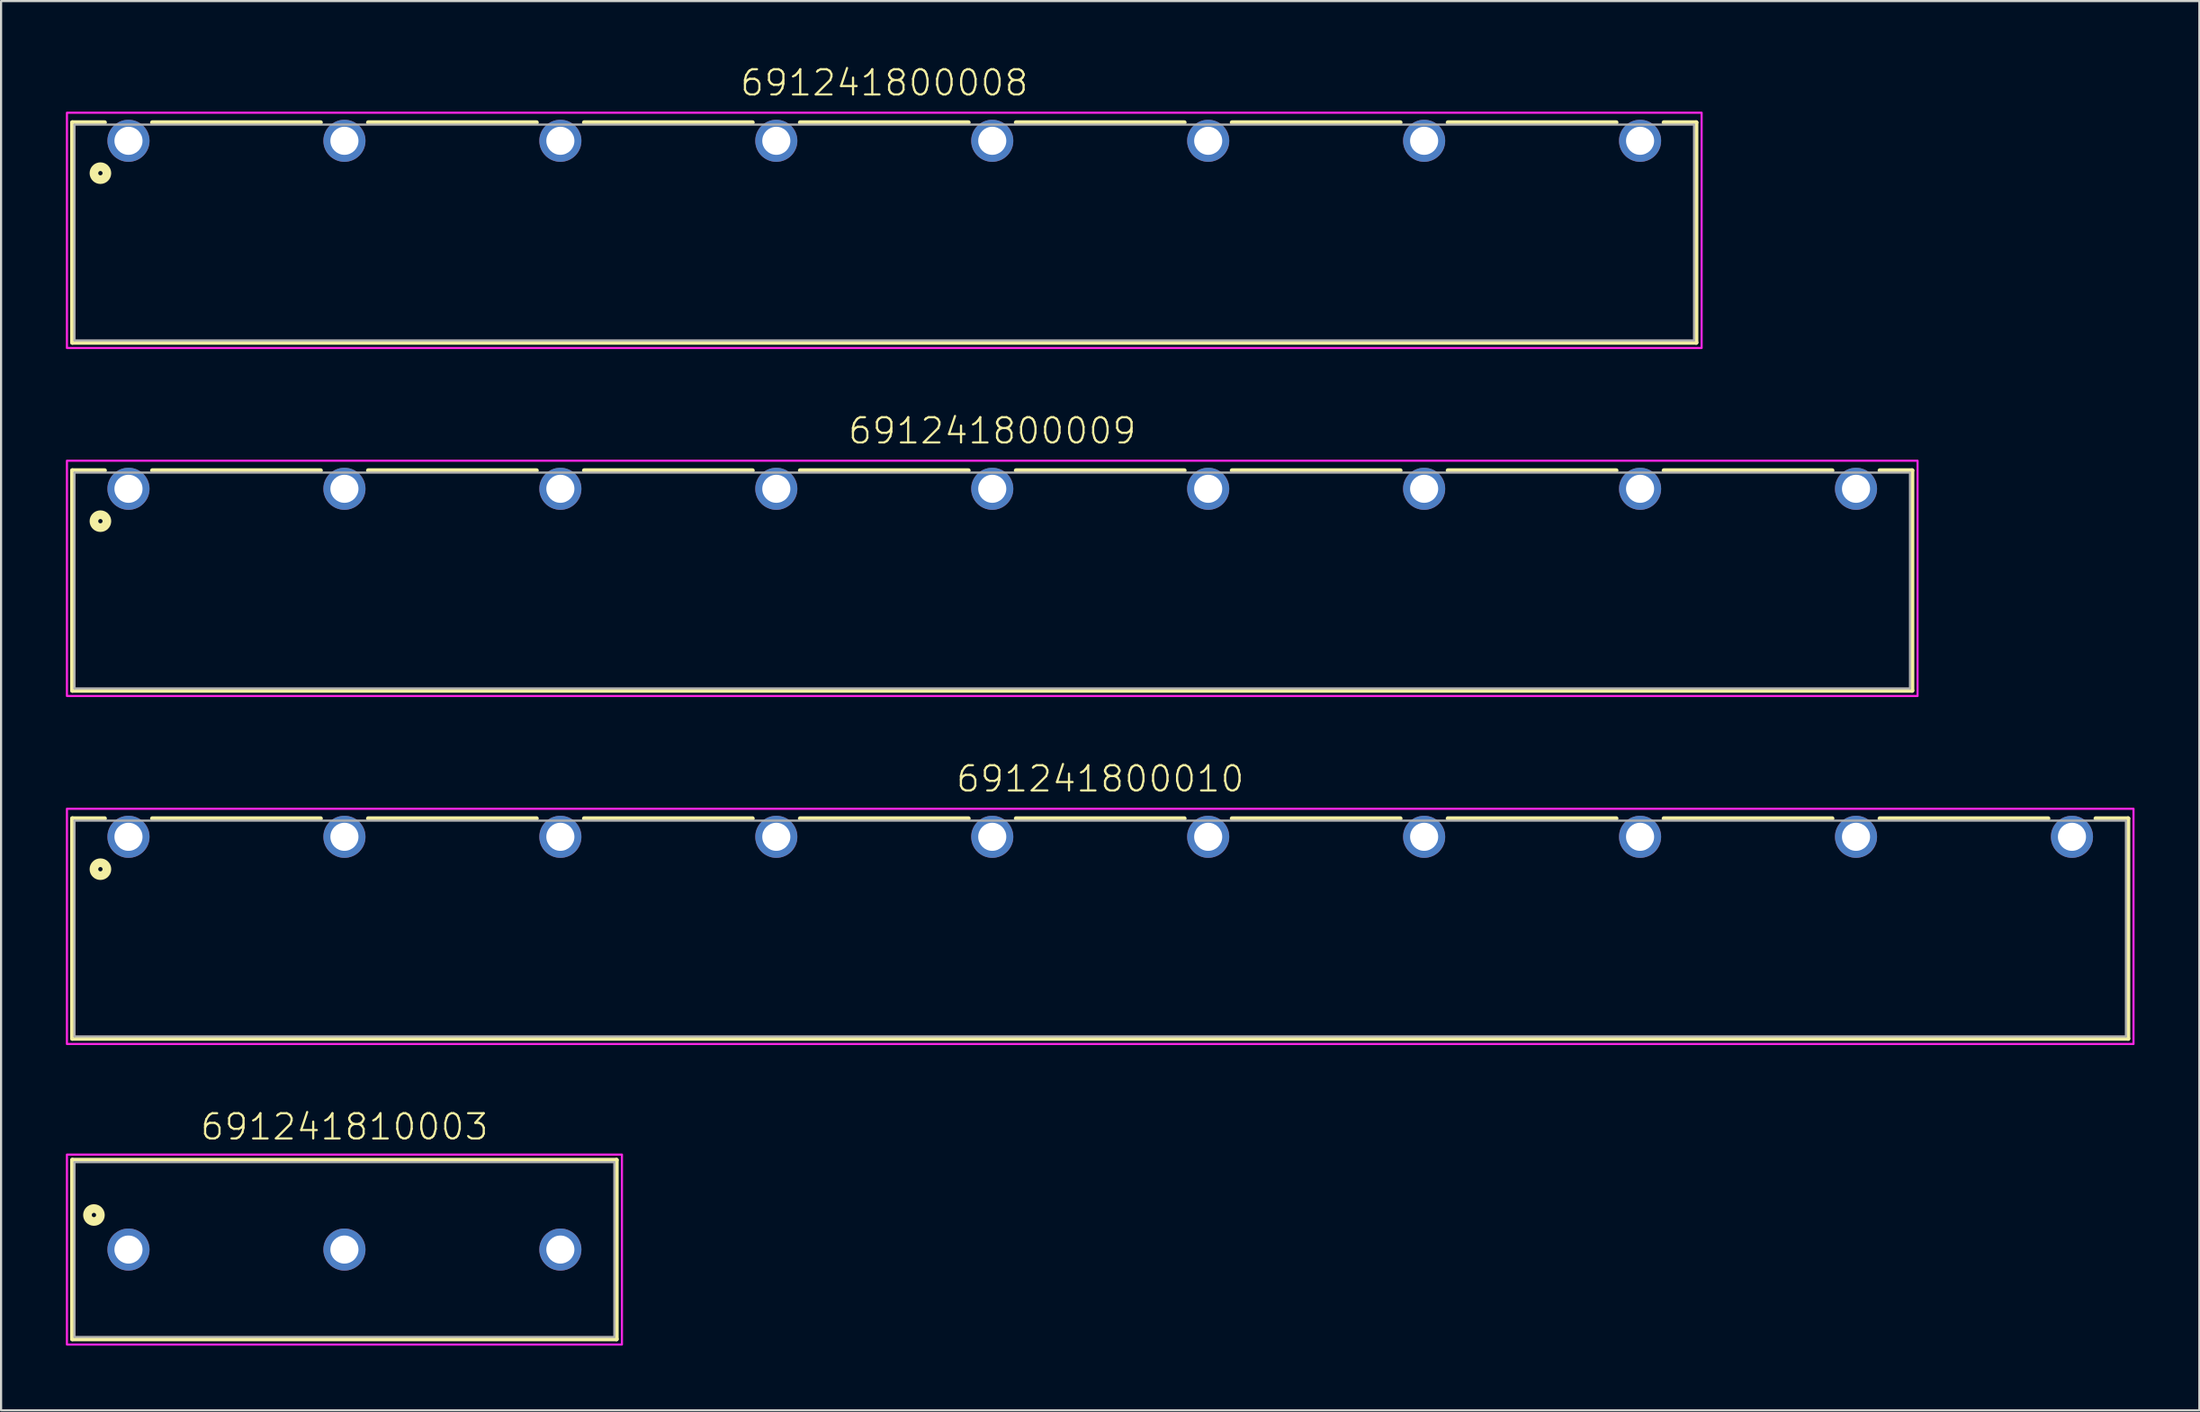
<source format=kicad_pcb>
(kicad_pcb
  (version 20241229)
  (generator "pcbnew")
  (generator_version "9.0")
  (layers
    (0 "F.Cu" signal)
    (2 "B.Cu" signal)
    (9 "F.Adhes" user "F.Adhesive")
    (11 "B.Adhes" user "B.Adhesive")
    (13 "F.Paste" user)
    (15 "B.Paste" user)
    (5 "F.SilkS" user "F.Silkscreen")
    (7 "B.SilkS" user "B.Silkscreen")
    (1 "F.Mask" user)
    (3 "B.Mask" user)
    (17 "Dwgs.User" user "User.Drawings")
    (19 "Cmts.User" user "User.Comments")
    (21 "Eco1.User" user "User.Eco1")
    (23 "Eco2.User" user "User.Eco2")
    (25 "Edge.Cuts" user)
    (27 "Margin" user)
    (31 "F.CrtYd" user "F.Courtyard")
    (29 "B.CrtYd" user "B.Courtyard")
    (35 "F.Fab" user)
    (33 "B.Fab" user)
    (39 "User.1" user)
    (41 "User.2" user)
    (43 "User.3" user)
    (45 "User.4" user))
  (footprint "691241810003"
    (layer "F.Cu")
    (at 12.9 54.843)
    (property "Reference" "691241810003" (at 0 -5 0) (unlocked yes) (layer "F.SilkS") (effects (font (size 1.168 1.168) (thickness 0.102)) (justify bottom)))
    (fp_line (start -12.6 -4.15) (end 12.6 -4.15) (stroke (width 0.2) (type solid)) (layer "F.SilkS"))
    (fp_line (start -12.6 4.15) (end -12.6 -4.15) (stroke (width 0.2) (type solid)) (layer "F.SilkS"))
    (fp_line (start 12.6 -4.15) (end 12.6 4.15) (stroke (width 0.2) (type solid)) (layer "F.SilkS"))
    (fp_line (start 12.6 4.15) (end -12.6 4.15) (stroke (width 0.2) (type solid)) (layer "F.SilkS"))
    (fp_circle (center -11.6 -1.6) (end -11.5 -1.6) (stroke (width 0.4) (type solid)) (fill no) (layer "F.SilkS"))
    (fp_poly (pts (xy 12.85 4.4) (xy -12.85 4.4) (xy -12.85 -4.4) (xy 12.85 -4.4)) (stroke (width 0.1) (type default)) (fill no) (layer "F.CrtYd"))
    (fp_line (start -12.5 -4.05) (end 12.5 -4.05) (stroke (width 0.1) (type solid)) (layer "F.Fab"))
    (fp_line (start -12.5 4.05) (end -12.5 -4.05) (stroke (width 0.1) (type solid)) (layer "F.Fab"))
    (fp_line (start 12.5 -4.05) (end 12.5 4.05) (stroke (width 0.1) (type solid)) (layer "F.Fab"))
    (fp_line (start 12.5 4.05) (end -12.5 4.05) (stroke (width 0.1) (type solid)) (layer "F.Fab"))
    (pad "1" thru_hole circle (at -10 0) (size 1.95 1.95) (drill 1.3) (layers "*.Cu" "*.Mask"))
    (pad "2" thru_hole circle (at 0 0) (size 1.95 1.95) (drill 1.3) (layers "*.Cu" "*.Mask"))
    (pad "3" thru_hole circle (at 10 0) (size 1.95 1.95) (drill 1.3) (layers "*.Cu" "*.Mask")))
  (footprint "691241800009"
    (layer "F.Cu")
    (at 42.9 19.596)
    (property "Reference" "691241800009" (at 0 -2 0) (unlocked yes) (layer "F.SilkS") (effects (font (size 1.168 1.168) (thickness 0.102)) (justify bottom)))
    (fp_line (start -42.6 -0.85) (end -41.1 -0.85) (stroke (width 0.2) (type solid)) (layer "F.SilkS"))
    (fp_line (start -42.6 9.35) (end -42.6 -0.85) (stroke (width 0.2) (type solid)) (layer "F.SilkS"))
    (fp_line (start -38.9 -0.85) (end -31.1 -0.85) (stroke (width 0.2) (type solid)) (layer "F.SilkS"))
    (fp_line (start -28.9 -0.85) (end -21.1 -0.85) (stroke (width 0.2) (type solid)) (layer "F.SilkS"))
    (fp_line (start -18.9 -0.85) (end -11.1 -0.85) (stroke (width 0.2) (type solid)) (layer "F.SilkS"))
    (fp_line (start -8.9 -0.85) (end -1.1 -0.85) (stroke (width 0.2) (type solid)) (layer "F.SilkS"))
    (fp_line (start 1.1 -0.85) (end 8.9 -0.85) (stroke (width 0.2) (type solid)) (layer "F.SilkS"))
    (fp_line (start 11.1 -0.85) (end 18.9 -0.85) (stroke (width 0.2) (type solid)) (layer "F.SilkS"))
    (fp_line (start 21.1 -0.85) (end 28.9 -0.85) (stroke (width 0.2) (type solid)) (layer "F.SilkS"))
    (fp_line (start 31.1 -0.85) (end 38.9 -0.85) (stroke (width 0.2) (type solid)) (layer "F.SilkS"))
    (fp_line (start 41.1 -0.85) (end 42.6 -0.85) (stroke (width 0.2) (type solid)) (layer "F.SilkS"))
    (fp_line (start 42.6 -0.85) (end 42.6 9.35) (stroke (width 0.2) (type solid)) (layer "F.SilkS"))
    (fp_line (start 42.6 9.35) (end -42.6 9.35) (stroke (width 0.2) (type solid)) (layer "F.SilkS"))
    (fp_circle (center -41.3 1.5) (end -41.2 1.5) (stroke (width 0.4) (type solid)) (fill no) (layer "F.SilkS"))
    (fp_poly (pts (xy 42.85 9.6) (xy -42.85 9.6) (xy -42.85 -1.3) (xy 42.85 -1.3)) (stroke (width 0.1) (type default)) (fill no) (layer "F.CrtYd"))
    (fp_line (start -42.5 -0.75) (end 42.5 -0.75) (stroke (width 0.1) (type solid)) (layer "F.Fab"))
    (fp_line (start -42.5 9.25) (end -42.5 -0.75) (stroke (width 0.1) (type solid)) (layer "F.Fab"))
    (fp_line (start 42.5 -0.75) (end 42.5 9.25) (stroke (width 0.1) (type solid)) (layer "F.Fab"))
    (fp_line (start 42.5 9.25) (end -42.5 9.25) (stroke (width 0.1) (type solid)) (layer "F.Fab"))
    (pad "1" thru_hole circle (at -40 0) (size 1.95 1.95) (drill 1.3) (layers "*.Cu" "*.Mask"))
    (pad "2" thru_hole circle (at -30 0) (size 1.95 1.95) (drill 1.3) (layers "*.Cu" "*.Mask"))
    (pad "3" thru_hole circle (at -20 0) (size 1.95 1.95) (drill 1.3) (layers "*.Cu" "*.Mask"))
    (pad "4" thru_hole circle (at -10 0) (size 1.95 1.95) (drill 1.3) (layers "*.Cu" "*.Mask"))
    (pad "5" thru_hole circle (at 0 0) (size 1.95 1.95) (drill 1.3) (layers "*.Cu" "*.Mask"))
    (pad "6" thru_hole circle (at 10 0) (size 1.95 1.95) (drill 1.3) (layers "*.Cu" "*.Mask"))
    (pad "7" thru_hole circle (at 20 0) (size 1.95 1.95) (drill 1.3) (layers "*.Cu" "*.Mask"))
    (pad "8" thru_hole circle (at 30 0) (size 1.95 1.95) (drill 1.3) (layers "*.Cu" "*.Mask"))
    (pad "9" thru_hole circle (at 40 0) (size 1.95 1.95) (drill 1.3) (layers "*.Cu" "*.Mask")))
  (footprint "691241800008"
    (layer "F.Cu")
    (at 37.9 3.473)
    (property "Reference" "691241800008" (at 0 -2 0) (unlocked yes) (layer "F.SilkS") (effects (font (size 1.168 1.168) (thickness 0.102)) (justify bottom)))
    (fp_line (start -37.6 -0.85) (end -36.1 -0.85) (stroke (width 0.2) (type solid)) (layer "F.SilkS"))
    (fp_line (start -37.6 9.35) (end -37.6 -0.85) (stroke (width 0.2) (type solid)) (layer "F.SilkS"))
    (fp_line (start -33.9 -0.85) (end -26.1 -0.85) (stroke (width 0.2) (type solid)) (layer "F.SilkS"))
    (fp_line (start -23.9 -0.85) (end -16.1 -0.85) (stroke (width 0.2) (type solid)) (layer "F.SilkS"))
    (fp_line (start -13.9 -0.85) (end -6.1 -0.85) (stroke (width 0.2) (type solid)) (layer "F.SilkS"))
    (fp_line (start -3.9 -0.85) (end 3.9 -0.85) (stroke (width 0.2) (type solid)) (layer "F.SilkS"))
    (fp_line (start 6.1 -0.85) (end 13.9 -0.85) (stroke (width 0.2) (type solid)) (layer "F.SilkS"))
    (fp_line (start 16.1 -0.85) (end 23.9 -0.85) (stroke (width 0.2) (type solid)) (layer "F.SilkS"))
    (fp_line (start 26.1 -0.85) (end 33.9 -0.85) (stroke (width 0.2) (type solid)) (layer "F.SilkS"))
    (fp_line (start 36.1 -0.85) (end 37.6 -0.85) (stroke (width 0.2) (type solid)) (layer "F.SilkS"))
    (fp_line (start 37.6 -0.85) (end 37.6 9.35) (stroke (width 0.2) (type solid)) (layer "F.SilkS"))
    (fp_line (start 37.6 9.35) (end -37.6 9.35) (stroke (width 0.2) (type solid)) (layer "F.SilkS"))
    (fp_circle (center -36.3 1.5) (end -36.2 1.5) (stroke (width 0.4) (type solid)) (fill no) (layer "F.SilkS"))
    (fp_poly (pts (xy 37.85 9.6) (xy -37.85 9.6) (xy -37.85 -1.3) (xy 37.85 -1.3)) (stroke (width 0.1) (type default)) (fill no) (layer "F.CrtYd"))
    (fp_line (start -37.5 -0.75) (end 37.5 -0.75) (stroke (width 0.1) (type solid)) (layer "F.Fab"))
    (fp_line (start -37.5 9.25) (end -37.5 -0.75) (stroke (width 0.1) (type solid)) (layer "F.Fab"))
    (fp_line (start 37.5 -0.75) (end 37.5 9.25) (stroke (width 0.1) (type solid)) (layer "F.Fab"))
    (fp_line (start 37.5 9.25) (end -37.5 9.25) (stroke (width 0.1) (type solid)) (layer "F.Fab"))
    (pad "1" thru_hole circle (at -35 0) (size 1.95 1.95) (drill 1.3) (layers "*.Cu" "*.Mask"))
    (pad "2" thru_hole circle (at -25 0) (size 1.95 1.95) (drill 1.3) (layers "*.Cu" "*.Mask"))
    (pad "3" thru_hole circle (at -15 0) (size 1.95 1.95) (drill 1.3) (layers "*.Cu" "*.Mask"))
    (pad "4" thru_hole circle (at -5 0) (size 1.95 1.95) (drill 1.3) (layers "*.Cu" "*.Mask"))
    (pad "5" thru_hole circle (at 5 0) (size 1.95 1.95) (drill 1.3) (layers "*.Cu" "*.Mask"))
    (pad "6" thru_hole circle (at 15 0) (size 1.95 1.95) (drill 1.3) (layers "*.Cu" "*.Mask"))
    (pad "7" thru_hole circle (at 25 0) (size 1.95 1.95) (drill 1.3) (layers "*.Cu" "*.Mask"))
    (pad "8" thru_hole circle (at 35 0) (size 1.95 1.95) (drill 1.3) (layers "*.Cu" "*.Mask")))
  (footprint "691241800010"
    (layer "F.Cu")
    (at 47.9 35.72)
    (property "Reference" "691241800010" (at 0 -2 0) (unlocked yes) (layer "F.SilkS") (effects (font (size 1.168 1.168) (thickness 0.102)) (justify bottom)))
    (fp_line (start -47.6 -0.85) (end -46.1 -0.85) (stroke (width 0.2) (type solid)) (layer "F.SilkS"))
    (fp_line (start -47.6 9.35) (end -47.6 -0.85) (stroke (width 0.2) (type solid)) (layer "F.SilkS"))
    (fp_line (start -43.9 -0.85) (end -36.1 -0.85) (stroke (width 0.2) (type solid)) (layer "F.SilkS"))
    (fp_line (start -33.9 -0.85) (end -26.1 -0.85) (stroke (width 0.2) (type solid)) (layer "F.SilkS"))
    (fp_line (start -23.9 -0.85) (end -16.1 -0.85) (stroke (width 0.2) (type solid)) (layer "F.SilkS"))
    (fp_line (start -13.9 -0.85) (end -6.1 -0.85) (stroke (width 0.2) (type solid)) (layer "F.SilkS"))
    (fp_line (start -3.9 -0.85) (end 3.9 -0.85) (stroke (width 0.2) (type solid)) (layer "F.SilkS"))
    (fp_line (start 6.1 -0.85) (end 13.9 -0.85) (stroke (width 0.2) (type solid)) (layer "F.SilkS"))
    (fp_line (start 16.1 -0.85) (end 23.9 -0.85) (stroke (width 0.2) (type solid)) (layer "F.SilkS"))
    (fp_line (start 26.1 -0.85) (end 33.9 -0.85) (stroke (width 0.2) (type solid)) (layer "F.SilkS"))
    (fp_line (start 36.1 -0.85) (end 43.9 -0.85) (stroke (width 0.2) (type solid)) (layer "F.SilkS"))
    (fp_line (start 46.1 -0.85) (end 47.6 -0.85) (stroke (width 0.2) (type solid)) (layer "F.SilkS"))
    (fp_line (start 47.6 -0.85) (end 47.6 9.35) (stroke (width 0.2) (type solid)) (layer "F.SilkS"))
    (fp_line (start 47.6 9.35) (end -47.6 9.35) (stroke (width 0.2) (type solid)) (layer "F.SilkS"))
    (fp_circle (center -46.3 1.5) (end -46.2 1.5) (stroke (width 0.4) (type solid)) (fill no) (layer "F.SilkS"))
    (fp_poly (pts (xy 47.85 9.6) (xy -47.85 9.6) (xy -47.85 -1.3) (xy 47.85 -1.3)) (stroke (width 0.1) (type default)) (fill no) (layer "F.CrtYd"))
    (fp_line (start -47.5 -0.75) (end 47.5 -0.75) (stroke (width 0.1) (type solid)) (layer "F.Fab"))
    (fp_line (start -47.5 9.25) (end -47.5 -0.75) (stroke (width 0.1) (type solid)) (layer "F.Fab"))
    (fp_line (start 47.5 -0.75) (end 47.5 9.25) (stroke (width 0.1) (type solid)) (layer "F.Fab"))
    (fp_line (start 47.5 9.25) (end -47.5 9.25) (stroke (width 0.1) (type solid)) (layer "F.Fab"))
    (pad "1" thru_hole circle (at -45 0) (size 1.95 1.95) (drill 1.3) (layers "*.Cu" "*.Mask"))
    (pad "2" thru_hole circle (at -35 0) (size 1.95 1.95) (drill 1.3) (layers "*.Cu" "*.Mask"))
    (pad "3" thru_hole circle (at -25 0) (size 1.95 1.95) (drill 1.3) (layers "*.Cu" "*.Mask"))
    (pad "4" thru_hole circle (at -15 0) (size 1.95 1.95) (drill 1.3) (layers "*.Cu" "*.Mask"))
    (pad "5" thru_hole circle (at -5 0) (size 1.95 1.95) (drill 1.3) (layers "*.Cu" "*.Mask"))
    (pad "6" thru_hole circle (at 5 0) (size 1.95 1.95) (drill 1.3) (layers "*.Cu" "*.Mask"))
    (pad "7" thru_hole circle (at 15 0) (size 1.95 1.95) (drill 1.3) (layers "*.Cu" "*.Mask"))
    (pad "8" thru_hole circle (at 25 0) (size 1.95 1.95) (drill 1.3) (layers "*.Cu" "*.Mask"))
    (pad "9" thru_hole circle (at 35 0) (size 1.95 1.95) (drill 1.3) (layers "*.Cu" "*.Mask"))
    (pad "10" thru_hole circle (at 45 0) (size 1.95 1.95) (drill 1.3) (layers "*.Cu" "*.Mask")))
  (gr_rect
    (start -3 -3)
    (end 98.8 62.293)
    (stroke (width 0.1) (type default))
    (fill no)
    (layer "Edge.Cuts")))
</source>
